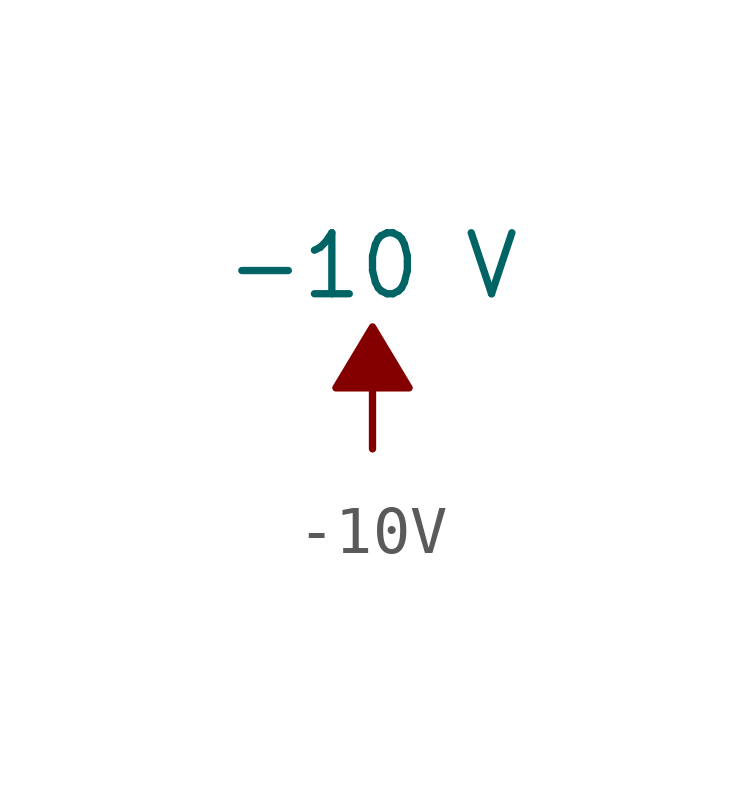
<source format=kicad_sym>
(kicad_symbol_lib
  (version 20231120)
  (generator "kicad_symbol_editor")
  (generator_version "8.0")
  (symbol "-10V"
    (power)
    (pin_numbers hide)
    (pin_names
      (offset 0) hide)
    (property "Reference" "#PWR"
      (at 0 2.54 0)
      (effects (font (size 1.27 1.27)) (hide yes)))
    (property "Value" "-10 V"
      (at 0 3.81 0)
      (effects (font (size 1.27 1.27))))
    (symbol "-10V_0_0"
      (pin power_in line (at 0 0 90) (length 0) hide (name "-10V" (effects (font (size 1.27 1.27)))) (number "1" (effects (font (size 1.27 1.27))))))
    (symbol "-10V_0_1"
      (polyline (pts (xy 0 0) (xy 0 1.27) (xy 0.762 1.27) (xy 0 2.54) (xy -0.762 1.27) (xy 0 1.27)) (stroke (width 0) (type solid)) (fill (type outline))))))
</source>
